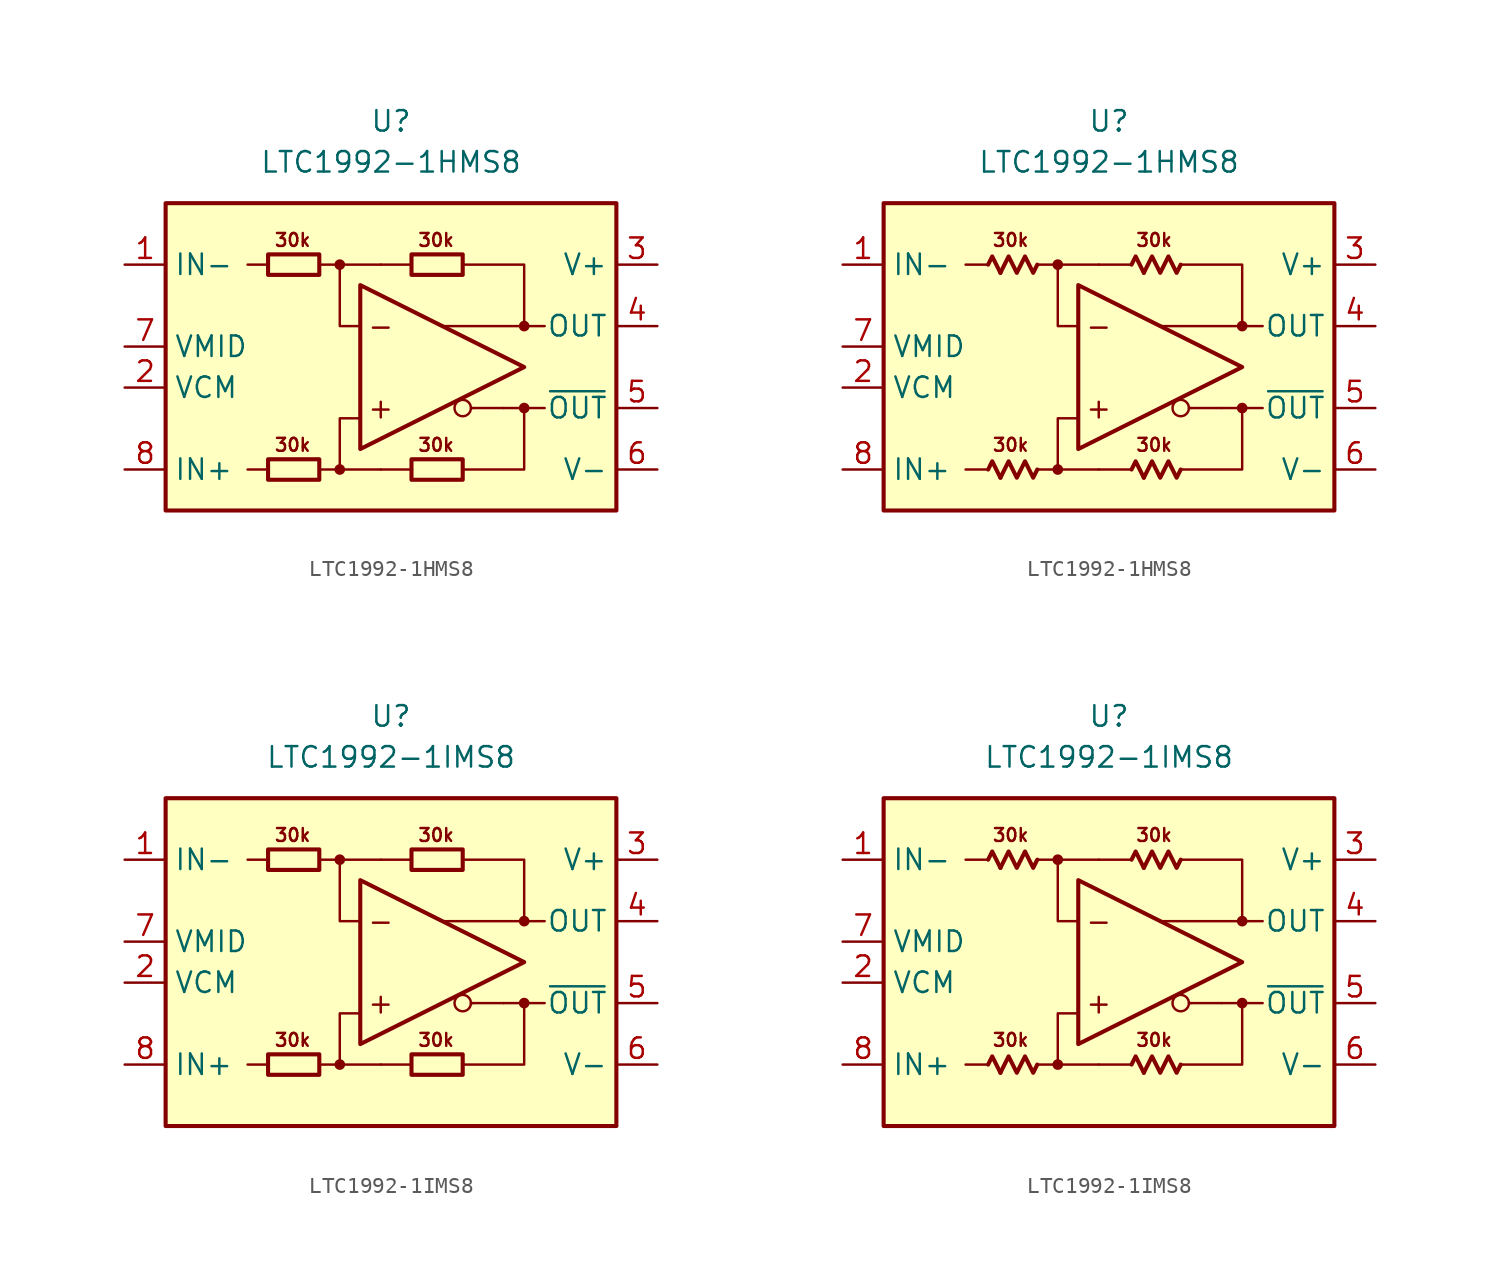
<source format=kicad_sym>
(kicad_symbol_lib
  (version 20231120)
  (generator "kicad_symbol_editor")
  (generator_version "8.0")
  (symbol "LTC1992-1HMS8"
    (property "Reference" "U"
      (at 0 15.24 0)
      (effects (font (size 1.27 1.27))))
    (property "Value" "LTC1992-1HMS8"
      (at 0 12.7 0)
      (effects (font (size 1.27 1.27))))
    (symbol "LTC1992-1HMS8_0_0"
      (rectangle (start -13.97 10.16) (end 13.97 -8.89) (stroke (width 0.254) (type default)) (fill (type background)))
      (circle (center -3.175 -6.35) (radius 0.254) (stroke (width 0.152) (type default)) (fill (type outline)))
      (circle (center -3.175 6.35) (radius 0.254) (stroke (width 0.152) (type default)) (fill (type outline)))
      (polyline (pts (xy -7.62 -6.35) (xy -8.89 -6.35)) (stroke (width 0.152) (type default)) (fill (type none)))
      (polyline (pts (xy -7.62 6.35) (xy -8.89 6.35)) (stroke (width 0.152) (type default)) (fill (type none)))
      (polyline (pts (xy -3.175 6.35) (xy -0.635 6.35)) (stroke (width 0.152) (type default)) (fill (type none)))
      (polyline (pts (xy -0.635 -6.35) (xy -3.175 -6.35)) (stroke (width 0.152) (type default)) (fill (type none)))
      (polyline (pts (xy 1.27 -6.35) (xy -0.635 -6.35)) (stroke (width 0.152) (type default)) (fill (type none)))
      (polyline (pts (xy 1.27 6.35) (xy -0.635 6.35)) (stroke (width 0.152) (type default)) (fill (type none)))
      (polyline (pts (xy 5.08 -2.54) (xy 4.953 -2.54)) (stroke (width 0.152) (type default)) (fill (type none)))
      (polyline (pts (xy 6.985 -2.54) (xy 5.08 -2.54)) (stroke (width 0.152) (type default)) (fill (type none)))
      (polyline (pts (xy 8.255 -2.54) (xy 9.525 -2.54)) (stroke (width 0.152) (type default)) (fill (type none)))
      (polyline (pts (xy 8.255 2.54) (xy 9.525 2.54)) (stroke (width 0.152) (type default)) (fill (type none)))
      (polyline (pts (xy -4.445 -6.35) (xy -3.175 -6.35) (xy -3.175 -3.175) (xy -1.905 -3.175)) (stroke (width 0.152) (type default)) (fill (type none)))
      (polyline (pts (xy -1.905 2.54) (xy -3.175 2.54) (xy -3.175 6.35) (xy -4.445 6.35)) (stroke (width 0.152) (type default)) (fill (type none)))
      (polyline (pts (xy 4.445 6.35) (xy 8.255 6.35) (xy 8.255 2.54) (xy 3.175 2.54)) (stroke (width 0.152) (type default)) (fill (type none)))
      (polyline (pts (xy 6.985 -2.54) (xy 8.255 -2.54) (xy 8.255 -6.35) (xy 4.445 -6.35)) (stroke (width 0.152) (type default)) (fill (type none)))
      (circle (center 4.445 -2.54) (radius 0.508) (stroke (width 0.152) (type default)) (fill (type none)))
      (circle (center 8.255 -2.54) (radius 0.254) (stroke (width 0.152) (type default)) (fill (type outline)))
      (circle (center 8.255 2.54) (radius 0.254) (stroke (width 0.152) (type default)) (fill (type outline)))
      (text "+" (at -0.635 -2.54 0) (effects (font (size 1.27 1.27))))
      (text "-" (at -0.635 2.54 0) (effects (font (size 1.27 1.27)))))
    (symbol "LTC1992-1HMS8_0_1"
      (rectangle (start -7.62 -5.715) (end -4.445 -6.985) (stroke (width 0.254) (type default)) (fill (type none)))
      (rectangle (start -7.62 6.985) (end -4.445 5.715) (stroke (width 0.254) (type default)) (fill (type none)))
      (rectangle (start 1.27 -5.715) (end 4.445 -6.985) (stroke (width 0.254) (type default)) (fill (type none)))
      (rectangle (start 1.27 6.985) (end 4.445 5.715) (stroke (width 0.254) (type default)) (fill (type none))))
    (symbol "LTC1992-1HMS8_0_2"
      (polyline (pts (xy -6.731 -6.858) (xy -7.239 -5.842) (xy -7.493 -6.35)) (stroke (width 0.254) (type default)) (fill (type none)))
      (polyline (pts (xy -6.731 5.842) (xy -7.239 6.858) (xy -7.493 6.35)) (stroke (width 0.254) (type default)) (fill (type none)))
      (polyline (pts (xy 2.159 -6.858) (xy 1.651 -5.842) (xy 1.397 -6.35)) (stroke (width 0.254) (type default)) (fill (type none)))
      (polyline (pts (xy 2.159 5.842) (xy 1.651 6.858) (xy 1.397 6.35)) (stroke (width 0.254) (type default)) (fill (type none)))
      (polyline (pts (xy -4.445 -6.35) (xy -4.699 -6.858) (xy -5.207 -5.842) (xy -5.715 -6.858) (xy -6.223 -5.842) (xy -6.731 -6.858)) (stroke (width 0.254) (type default)) (fill (type none)))
      (polyline (pts (xy -4.445 6.35) (xy -4.699 5.842) (xy -5.207 6.858) (xy -5.715 5.842) (xy -6.223 6.858) (xy -6.731 5.842)) (stroke (width 0.254) (type default)) (fill (type none)))
      (polyline (pts (xy 4.445 -6.35) (xy 4.191 -6.858) (xy 3.683 -5.842) (xy 3.175 -6.858) (xy 2.667 -5.842) (xy 2.159 -6.858)) (stroke (width 0.254) (type default)) (fill (type none)))
      (polyline (pts (xy 4.445 6.35) (xy 4.191 5.842) (xy 3.683 6.858) (xy 3.175 5.842) (xy 2.667 6.858) (xy 2.159 5.842)) (stroke (width 0.254) (type default)) (fill (type none))))
    (symbol "LTC1992-1HMS8_1_0"
      (polyline (pts (xy -1.905 5.08) (xy -1.905 -5.08) (xy 8.255 0) (xy -1.905 5.08)) (stroke (width 0.254) (type default)) (fill (type none)))
      (text "30k" (at -6.096 -4.826 0) (effects (font (size 0.8 0.8))))
      (text "30k" (at -6.096 7.874 0) (effects (font (size 0.8 0.8))))
      (text "30k" (at 2.794 -4.826 0) (effects (font (size 0.8 0.8))))
      (text "30k" (at 2.794 7.874 0) (effects (font (size 0.8 0.8)))))
    (symbol "LTC1992-1HMS8_1_1"
      (pin input line (at -16.51 6.35 0) (length 2.54) (name "IN-" (effects (font (size 1.27 1.27)))) (number "1" (effects (font (size 1.27 1.27)))))
      (pin input line (at -16.51 -1.27 0) (length 2.54) (name "VCM" (effects (font (size 1.27 1.27)))) (number "2" (effects (font (size 1.27 1.27)))))
      (pin power_in line (at 16.51 6.35 180) (length 2.54) (name "V+" (effects (font (size 1.27 1.27)))) (number "3" (effects (font (size 1.27 1.27)))))
      (pin output line (at 16.51 2.54 180) (length 2.54) (name "OUT" (effects (font (size 1.27 1.27)))) (number "4" (effects (font (size 1.27 1.27)))))
      (pin output line (at 16.51 -2.54 180) (length 2.54) (name "~{OUT}" (effects (font (size 1.27 1.27)))) (number "5" (effects (font (size 1.27 1.27)))))
      (pin power_in line (at 16.51 -6.35 180) (length 2.54) (name "V-" (effects (font (size 1.27 1.27)))) (number "6" (effects (font (size 1.27 1.27)))))
      (pin output line (at -16.51 1.27 0) (length 2.54) (name "VMID" (effects (font (size 1.27 1.27)))) (number "7" (effects (font (size 1.27 1.27)))))
      (pin input line (at -16.51 -6.35 0) (length 2.54) (name "IN+" (effects (font (size 1.27 1.27)))) (number "8" (effects (font (size 1.27 1.27))))))
    (symbol "LTC1992-1HMS8_1_2"
      (pin input line (at -16.51 6.35 0) (length 2.54) (name "IN-" (effects (font (size 1.27 1.27)))) (number "1" (effects (font (size 1.27 1.27)))))
      (pin input line (at -16.51 -1.27 0) (length 2.54) (name "VCM" (effects (font (size 1.27 1.27)))) (number "2" (effects (font (size 1.27 1.27)))))
      (pin power_in line (at 16.51 6.35 180) (length 2.54) (name "V+" (effects (font (size 1.27 1.27)))) (number "3" (effects (font (size 1.27 1.27)))))
      (pin output line (at 16.51 2.54 180) (length 2.54) (name "OUT" (effects (font (size 1.27 1.27)))) (number "4" (effects (font (size 1.27 1.27)))))
      (pin output line (at 16.51 -2.54 180) (length 2.54) (name "~{OUT}" (effects (font (size 1.27 1.27)))) (number "5" (effects (font (size 1.27 1.27)))))
      (pin power_in line (at 16.51 -6.35 180) (length 2.54) (name "V-" (effects (font (size 1.27 1.27)))) (number "6" (effects (font (size 1.27 1.27)))))
      (pin output line (at -16.51 1.27 0) (length 2.54) (name "VMID" (effects (font (size 1.27 1.27)))) (number "7" (effects (font (size 1.27 1.27)))))
      (pin input line (at -16.51 -6.35 0) (length 2.54) (name "IN+" (effects (font (size 1.27 1.27)))) (number "8" (effects (font (size 1.27 1.27)))))))
  (symbol "LTC1992-1IMS8"
    (property "Reference" "U"
      (at 0 15.24 0)
      (effects (font (size 1.27 1.27))))
    (property "Value" "LTC1992-1IMS8"
      (at 0 12.7 0)
      (effects (font (size 1.27 1.27))))
    (symbol "LTC1992-1IMS8_0_0"
      (rectangle (start -13.97 10.16) (end 13.97 -10.16) (stroke (width 0.254) (type default)) (fill (type background)))
      (circle (center -3.175 -6.35) (radius 0.254) (stroke (width 0.152) (type default)) (fill (type outline)))
      (circle (center -3.175 6.35) (radius 0.254) (stroke (width 0.152) (type default)) (fill (type outline)))
      (polyline (pts (xy -7.62 -6.35) (xy -8.89 -6.35)) (stroke (width 0.152) (type default)) (fill (type none)))
      (polyline (pts (xy -7.62 6.35) (xy -8.89 6.35)) (stroke (width 0.152) (type default)) (fill (type none)))
      (polyline (pts (xy -3.175 6.35) (xy -0.635 6.35)) (stroke (width 0.152) (type default)) (fill (type none)))
      (polyline (pts (xy -0.635 -6.35) (xy -3.175 -6.35)) (stroke (width 0.152) (type default)) (fill (type none)))
      (polyline (pts (xy 1.27 -6.35) (xy -0.635 -6.35)) (stroke (width 0.152) (type default)) (fill (type none)))
      (polyline (pts (xy 1.27 6.35) (xy -0.635 6.35)) (stroke (width 0.152) (type default)) (fill (type none)))
      (polyline (pts (xy 5.08 -2.54) (xy 4.953 -2.54)) (stroke (width 0.152) (type default)) (fill (type none)))
      (polyline (pts (xy 6.985 -2.54) (xy 5.08 -2.54)) (stroke (width 0.152) (type default)) (fill (type none)))
      (polyline (pts (xy 8.255 -2.54) (xy 9.525 -2.54)) (stroke (width 0.152) (type default)) (fill (type none)))
      (polyline (pts (xy 8.255 2.54) (xy 9.525 2.54)) (stroke (width 0.152) (type default)) (fill (type none)))
      (polyline (pts (xy -4.445 -6.35) (xy -3.175 -6.35) (xy -3.175 -3.175) (xy -1.905 -3.175)) (stroke (width 0.152) (type default)) (fill (type none)))
      (polyline (pts (xy -1.905 2.54) (xy -3.175 2.54) (xy -3.175 6.35) (xy -4.445 6.35)) (stroke (width 0.152) (type default)) (fill (type none)))
      (polyline (pts (xy 4.445 6.35) (xy 8.255 6.35) (xy 8.255 2.54) (xy 3.175 2.54)) (stroke (width 0.152) (type default)) (fill (type none)))
      (polyline (pts (xy 6.985 -2.54) (xy 8.255 -2.54) (xy 8.255 -6.35) (xy 4.445 -6.35)) (stroke (width 0.152) (type default)) (fill (type none)))
      (circle (center 4.445 -2.54) (radius 0.508) (stroke (width 0.152) (type default)) (fill (type none)))
      (circle (center 8.255 -2.54) (radius 0.254) (stroke (width 0.152) (type default)) (fill (type outline)))
      (circle (center 8.255 2.54) (radius 0.254) (stroke (width 0.152) (type default)) (fill (type outline)))
      (text "+" (at -0.635 -2.54 0) (effects (font (size 1.27 1.27))))
      (text "-" (at -0.635 2.54 0) (effects (font (size 1.27 1.27)))))
    (symbol "LTC1992-1IMS8_0_1"
      (rectangle (start -7.62 -5.715) (end -4.445 -6.985) (stroke (width 0.254) (type default)) (fill (type none)))
      (rectangle (start -7.62 6.985) (end -4.445 5.715) (stroke (width 0.254) (type default)) (fill (type none)))
      (rectangle (start 1.27 -5.715) (end 4.445 -6.985) (stroke (width 0.254) (type default)) (fill (type none)))
      (rectangle (start 1.27 6.985) (end 4.445 5.715) (stroke (width 0.254) (type default)) (fill (type none))))
    (symbol "LTC1992-1IMS8_0_2"
      (polyline (pts (xy -6.731 -6.858) (xy -7.239 -5.842) (xy -7.493 -6.35)) (stroke (width 0.254) (type default)) (fill (type none)))
      (polyline (pts (xy -6.731 5.842) (xy -7.239 6.858) (xy -7.493 6.35)) (stroke (width 0.254) (type default)) (fill (type none)))
      (polyline (pts (xy 2.159 -6.858) (xy 1.651 -5.842) (xy 1.397 -6.35)) (stroke (width 0.254) (type default)) (fill (type none)))
      (polyline (pts (xy 2.159 5.842) (xy 1.651 6.858) (xy 1.397 6.35)) (stroke (width 0.254) (type default)) (fill (type none)))
      (polyline (pts (xy -4.445 -6.35) (xy -4.699 -6.858) (xy -5.207 -5.842) (xy -5.715 -6.858) (xy -6.223 -5.842) (xy -6.731 -6.858)) (stroke (width 0.254) (type default)) (fill (type none)))
      (polyline (pts (xy -4.445 6.35) (xy -4.699 5.842) (xy -5.207 6.858) (xy -5.715 5.842) (xy -6.223 6.858) (xy -6.731 5.842)) (stroke (width 0.254) (type default)) (fill (type none)))
      (polyline (pts (xy 4.445 -6.35) (xy 4.191 -6.858) (xy 3.683 -5.842) (xy 3.175 -6.858) (xy 2.667 -5.842) (xy 2.159 -6.858)) (stroke (width 0.254) (type default)) (fill (type none)))
      (polyline (pts (xy 4.445 6.35) (xy 4.191 5.842) (xy 3.683 6.858) (xy 3.175 5.842) (xy 2.667 6.858) (xy 2.159 5.842)) (stroke (width 0.254) (type default)) (fill (type none))))
    (symbol "LTC1992-1IMS8_1_0"
      (polyline (pts (xy -1.905 5.08) (xy -1.905 -5.08) (xy 8.255 0) (xy -1.905 5.08)) (stroke (width 0.254) (type default)) (fill (type none)))
      (text "30k" (at -6.096 -4.826 0) (effects (font (size 0.8 0.8))))
      (text "30k" (at -6.096 7.874 0) (effects (font (size 0.8 0.8))))
      (text "30k" (at 2.794 -4.826 0) (effects (font (size 0.8 0.8))))
      (text "30k" (at 2.794 7.874 0) (effects (font (size 0.8 0.8)))))
    (symbol "LTC1992-1IMS8_1_1"
      (pin input line (at -16.51 6.35 0) (length 2.54) (name "IN-" (effects (font (size 1.27 1.27)))) (number "1" (effects (font (size 1.27 1.27)))))
      (pin input line (at -16.51 -1.27 0) (length 2.54) (name "VCM" (effects (font (size 1.27 1.27)))) (number "2" (effects (font (size 1.27 1.27)))))
      (pin power_in line (at 16.51 6.35 180) (length 2.54) (name "V+" (effects (font (size 1.27 1.27)))) (number "3" (effects (font (size 1.27 1.27)))))
      (pin output line (at 16.51 2.54 180) (length 2.54) (name "OUT" (effects (font (size 1.27 1.27)))) (number "4" (effects (font (size 1.27 1.27)))))
      (pin output line (at 16.51 -2.54 180) (length 2.54) (name "~{OUT}" (effects (font (size 1.27 1.27)))) (number "5" (effects (font (size 1.27 1.27)))))
      (pin power_in line (at 16.51 -6.35 180) (length 2.54) (name "V-" (effects (font (size 1.27 1.27)))) (number "6" (effects (font (size 1.27 1.27)))))
      (pin output line (at -16.51 1.27 0) (length 2.54) (name "VMID" (effects (font (size 1.27 1.27)))) (number "7" (effects (font (size 1.27 1.27)))))
      (pin input line (at -16.51 -6.35 0) (length 2.54) (name "IN+" (effects (font (size 1.27 1.27)))) (number "8" (effects (font (size 1.27 1.27))))))
    (symbol "LTC1992-1IMS8_1_2"
      (pin input line (at -16.51 6.35 0) (length 2.54) (name "IN-" (effects (font (size 1.27 1.27)))) (number "1" (effects (font (size 1.27 1.27)))))
      (pin input line (at -16.51 -1.27 0) (length 2.54) (name "VCM" (effects (font (size 1.27 1.27)))) (number "2" (effects (font (size 1.27 1.27)))))
      (pin power_in line (at 16.51 6.35 180) (length 2.54) (name "V+" (effects (font (size 1.27 1.27)))) (number "3" (effects (font (size 1.27 1.27)))))
      (pin output line (at 16.51 2.54 180) (length 2.54) (name "OUT" (effects (font (size 1.27 1.27)))) (number "4" (effects (font (size 1.27 1.27)))))
      (pin output line (at 16.51 -2.54 180) (length 2.54) (name "~{OUT}" (effects (font (size 1.27 1.27)))) (number "5" (effects (font (size 1.27 1.27)))))
      (pin power_in line (at 16.51 -6.35 180) (length 2.54) (name "V-" (effects (font (size 1.27 1.27)))) (number "6" (effects (font (size 1.27 1.27)))))
      (pin output line (at -16.51 1.27 0) (length 2.54) (name "VMID" (effects (font (size 1.27 1.27)))) (number "7" (effects (font (size 1.27 1.27)))))
      (pin input line (at -16.51 -6.35 0) (length 2.54) (name "IN+" (effects (font (size 1.27 1.27)))) (number "8" (effects (font (size 1.27 1.27))))))))
</source>
